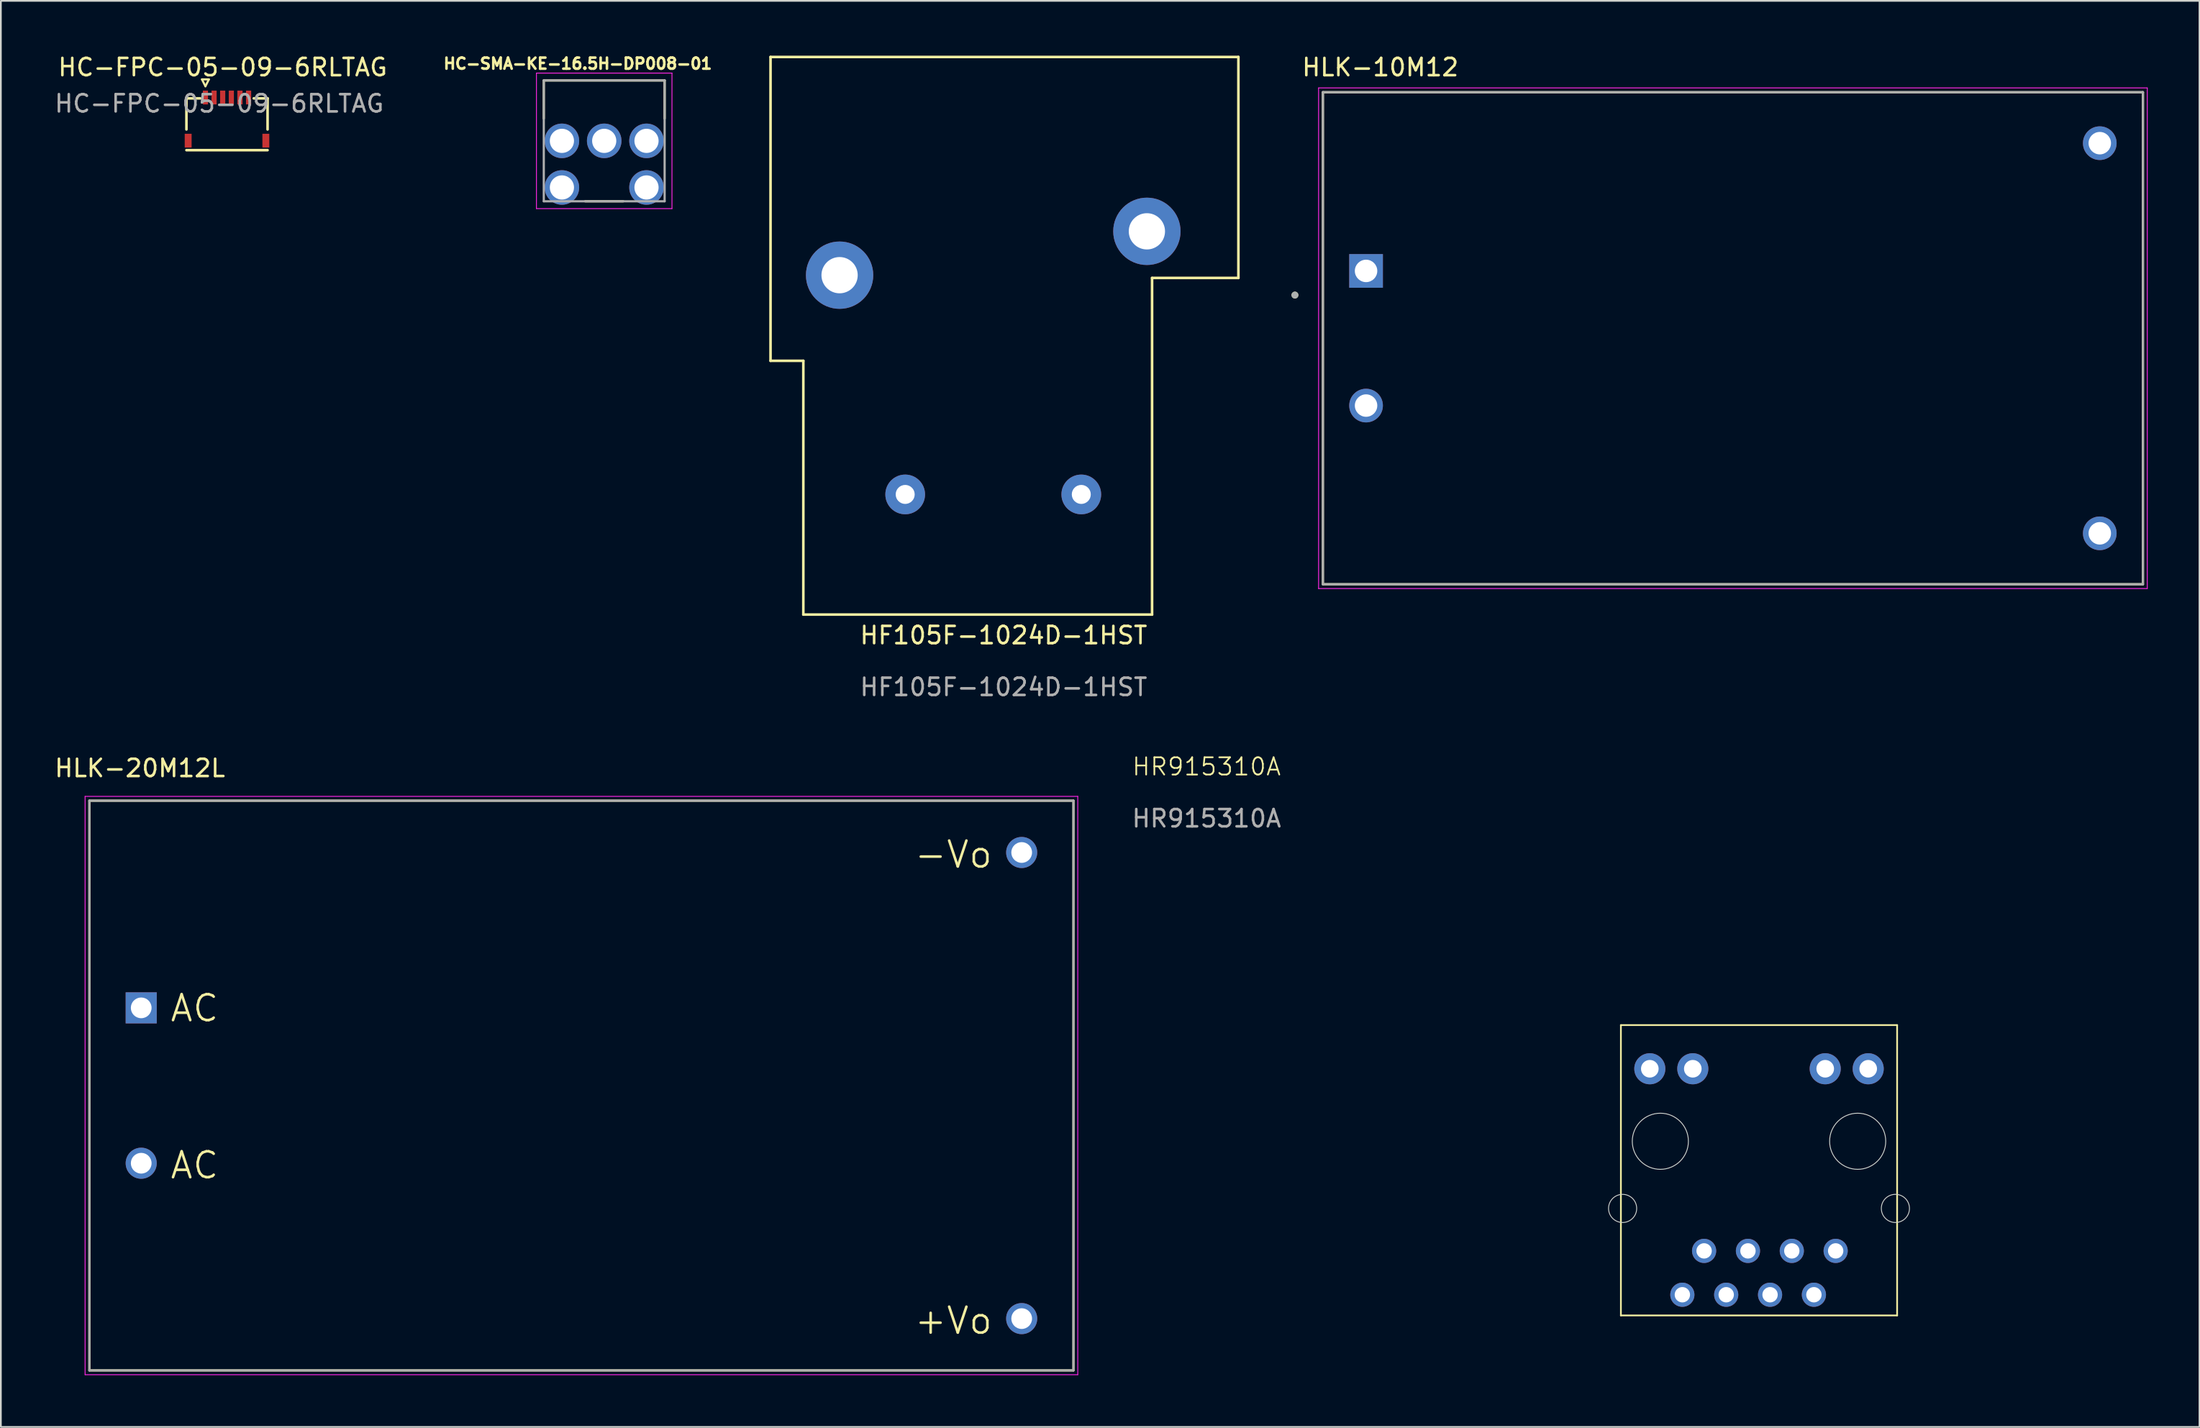
<source format=kicad_pcb>
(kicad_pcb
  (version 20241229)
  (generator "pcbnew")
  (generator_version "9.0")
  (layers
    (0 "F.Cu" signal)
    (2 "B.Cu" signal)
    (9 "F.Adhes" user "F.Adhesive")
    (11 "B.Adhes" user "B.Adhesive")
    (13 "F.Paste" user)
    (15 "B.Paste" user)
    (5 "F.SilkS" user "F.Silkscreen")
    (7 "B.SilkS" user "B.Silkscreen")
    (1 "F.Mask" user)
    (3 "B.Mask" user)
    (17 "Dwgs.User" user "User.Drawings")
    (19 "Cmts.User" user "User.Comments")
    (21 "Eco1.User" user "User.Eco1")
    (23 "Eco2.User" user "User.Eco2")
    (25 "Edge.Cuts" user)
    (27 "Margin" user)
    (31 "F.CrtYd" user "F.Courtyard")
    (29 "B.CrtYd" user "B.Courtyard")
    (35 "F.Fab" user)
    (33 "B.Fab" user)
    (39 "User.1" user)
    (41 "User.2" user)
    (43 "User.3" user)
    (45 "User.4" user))
  (footprint "HR915310A"
    (layer "F.Cu")
    (at 98.838 58.859)
    (property "Reference" "HR915310A" (at -32 -17.5 0) (unlocked yes) (layer "F.SilkS") (effects (font (size 1 1) (thickness 0.1))))
    (attr through_hole)
    (fp_line (start -8 -2.53) (end -8 14.29) (stroke (width 0.1) (type default)) (layer "F.SilkS"))
    (fp_line (start -8 14.29) (end 8 14.29) (stroke (width 0.1) (type default)) (layer "F.SilkS"))
    (fp_line (start 8 -2.53) (end -8 -2.53) (stroke (width 0.1) (type default)) (layer "F.SilkS"))
    (fp_line (start 8 14.29) (end 8 -2.53) (stroke (width 0.1) (type default)) (layer "F.SilkS"))
    (fp_circle (center -7.9 8.09) (end -7.085 8.09) (stroke (width 0.05) (type default)) (fill no) (layer "Edge.Cuts"))
    (fp_circle (center -5.715 4.2) (end -4.09 4.2) (stroke (width 0.05) (type default)) (fill no) (layer "Edge.Cuts"))
    (fp_circle (center 5.715 4.2) (end 7.34 4.2) (stroke (width 0.05) (type default)) (fill no) (layer "Edge.Cuts"))
    (fp_circle (center 7.9 8.09) (end 8.715 8.09) (stroke (width 0.05) (type default)) (fill no) (layer "Edge.Cuts"))
    (fp_text user "${REFERENCE}" (at -32 -14.5 0) (unlocked yes) (layer "F.Fab") (effects (font (size 1 1) (thickness 0.15))))
    (pad "1" thru_hole circle (at 4.44 10.55) (size 1.4 1.4) (drill 0.89) (layers "*.Cu" "*.Mask"))
    (pad "2" thru_hole circle (at 3.18 13.09) (size 1.4 1.4) (drill 0.89) (layers "*.Cu" "*.Mask"))
    (pad "3" thru_hole circle (at 1.9 10.55) (size 1.4 1.4) (drill 0.89) (layers "*.Cu" "*.Mask"))
    (pad "4" thru_hole circle (at 0.64 13.09) (size 1.4 1.4) (drill 0.89) (layers "*.Cu" "*.Mask"))
    (pad "5" thru_hole circle (at -0.64 10.55) (size 1.4 1.4) (drill 0.89) (layers "*.Cu" "*.Mask"))
    (pad "6" thru_hole circle (at -1.9 13.09) (size 1.4 1.4) (drill 0.89) (layers "*.Cu" "*.Mask"))
    (pad "7" thru_hole circle (at -3.18 10.55) (size 1.4 1.4) (drill 0.89) (layers "*.Cu" "*.Mask"))
    (pad "8" thru_hole circle (at -4.44 13.09) (size 1.4 1.4) (drill 0.89) (layers "*.Cu" "*.Mask"))
    (pad "9" thru_hole circle (at 6.325 0) (size 1.8 1.8) (drill 1.02) (layers "*.Cu" "*.Mask"))
    (pad "10" thru_hole circle (at 3.835 0) (size 1.8 1.8) (drill 1.02) (layers "*.Cu" "*.Mask"))
    (pad "11" thru_hole circle (at -3.835 0) (size 1.8 1.8) (drill 1.02) (layers "*.Cu" "*.Mask"))
    (pad "12" thru_hole circle (at -6.325 0) (size 1.8 1.8) (drill 1.02) (layers "*.Cu" "*.Mask")))
  (footprint "HLK-20M12L"
    (layer "F.Cu")
    (at 30.629 59.831)
    (property "Reference" "HLK-20M12L" (at -25.575 -18.385 0) (layer "F.SilkS") (effects (font (size 1 1) (thickness 0.15))))
    (attr through_hole)
    (fp_line (start -28.5 -16.5) (end 28.5 -16.5) (stroke (width 0.127) (type solid)) (layer "F.SilkS"))
    (fp_line (start -28.5 16.5) (end -28.5 -16.5) (stroke (width 0.127) (type solid)) (layer "F.SilkS"))
    (fp_line (start 28.5 -16.5) (end 28.5 16.5) (stroke (width 0.127) (type solid)) (layer "F.SilkS"))
    (fp_line (start 28.5 16.5) (end -28.5 16.5) (stroke (width 0.127) (type solid)) (layer "F.SilkS"))
    (fp_line (start -28.75 -16.75) (end -28.75 16.75) (stroke (width 0.05) (type solid)) (layer "F.CrtYd"))
    (fp_line (start -28.75 16.75) (end 28.75 16.75) (stroke (width 0.05) (type solid)) (layer "F.CrtYd"))
    (fp_line (start 28.75 -16.75) (end -28.75 -16.75) (stroke (width 0.05) (type solid)) (layer "F.CrtYd"))
    (fp_line (start 28.75 16.75) (end 28.75 -16.75) (stroke (width 0.05) (type solid)) (layer "F.CrtYd"))
    (fp_line (start -28.5 -16.5) (end 28.5 -16.5) (stroke (width 0.127) (type solid)) (layer "F.Fab"))
    (fp_line (start -28.5 16.5) (end -28.5 -16.5) (stroke (width 0.127) (type solid)) (layer "F.Fab"))
    (fp_line (start 28.5 -16.5) (end 28.5 16.5) (stroke (width 0.127) (type solid)) (layer "F.Fab"))
    (fp_line (start 28.5 16.5) (end -28.5 16.5) (stroke (width 0.127) (type solid)) (layer "F.Fab"))
    (fp_text user "-Vo" (at 19.2 -12.5 0) (unlocked yes) (layer "F.SilkS") (effects (font (size 1.5 1.5) (thickness 0.15)) (justify left bottom)))
    (fp_text user "+Vo" (at 19.2 14.5 0) (unlocked yes) (layer "F.SilkS") (effects (font (size 1.5 1.5) (thickness 0.15)) (justify left bottom)))
    (fp_text user "AC" (at -23.9 5.5 0) (unlocked yes) (layer "F.SilkS") (effects (font (size 1.5 1.5) (thickness 0.15)) (justify left bottom)))
    (fp_text user "AC" (at -23.9 -3.6 0) (unlocked yes) (layer "F.SilkS") (effects (font (size 1.5 1.5) (thickness 0.15)) (justify left bottom)))
    (pad "1" thru_hole rect (at -25.5 -4.5) (size 1.8 1.8) (drill 1.2) (layers "*.Cu" "*.Mask"))
    (pad "2" thru_hole circle (at -25.5 4.5) (size 1.8 1.8) (drill 1.2) (layers "*.Cu" "*.Mask"))
    (pad "3" thru_hole circle (at 25.5 -13.5) (size 1.8 1.8) (drill 1.2) (layers "*.Cu" "*.Mask"))
    (pad "4" thru_hole circle (at 25.5 13.5) (size 1.8 1.8) (drill 1.2) (layers "*.Cu" "*.Mask")))
  (footprint "HLK-10M12"
    (layer "F.Cu")
    (at 97.327 16.543)
    (property "Reference" "HLK-10M12" (at -20.425 -15.695 0) (layer "F.SilkS") (effects (font (size 1 1) (thickness 0.15))))
    (attr through_hole)
    (fp_line (start -23.75 -14.25) (end 23.75 -14.25) (stroke (width 0.127) (type solid)) (layer "F.SilkS"))
    (fp_line (start -23.75 14.25) (end -23.75 -14.25) (stroke (width 0.127) (type solid)) (layer "F.SilkS"))
    (fp_line (start 23.75 -14.25) (end 23.75 14.25) (stroke (width 0.127) (type solid)) (layer "F.SilkS"))
    (fp_line (start 23.75 14.25) (end -23.75 14.25) (stroke (width 0.127) (type solid)) (layer "F.SilkS"))
    (fp_circle (center -25.37 -2.5) (end -25.27 -2.5) (stroke (width 0.2) (type solid)) (fill no) (layer "F.SilkS"))
    (fp_line (start -24 -14.5) (end -24 14.5) (stroke (width 0.05) (type solid)) (layer "F.CrtYd"))
    (fp_line (start -24 14.5) (end 24 14.5) (stroke (width 0.05) (type solid)) (layer "F.CrtYd"))
    (fp_line (start 24 -14.5) (end -24 -14.5) (stroke (width 0.05) (type solid)) (layer "F.CrtYd"))
    (fp_line (start 24 14.5) (end 24 -14.5) (stroke (width 0.05) (type solid)) (layer "F.CrtYd"))
    (fp_line (start -23.75 -14.25) (end 23.75 -14.25) (stroke (width 0.127) (type solid)) (layer "F.Fab"))
    (fp_line (start -23.75 14.25) (end -23.75 -14.25) (stroke (width 0.127) (type solid)) (layer "F.Fab"))
    (fp_line (start 23.75 -14.25) (end 23.75 14.25) (stroke (width 0.127) (type solid)) (layer "F.Fab"))
    (fp_line (start 23.75 14.25) (end -23.75 14.25) (stroke (width 0.127) (type solid)) (layer "F.Fab"))
    (fp_circle (center -25.37 -2.5) (end -25.27 -2.5) (stroke (width 0.2) (type solid)) (fill no) (layer "F.Fab"))
    (pad "1" thru_hole rect (at -21.25 -3.9) (size 1.95 1.95) (drill 1.3) (layers "*.Cu" "*.Mask"))
    (pad "2" thru_hole circle (at -21.25 3.9) (size 1.95 1.95) (drill 1.3) (layers "*.Cu" "*.Mask"))
    (pad "3" thru_hole circle (at 21.25 -11.3) (size 1.95 1.95) (drill 1.3) (layers "*.Cu" "*.Mask"))
    (pad "4" thru_hole circle (at 21.25 11.3) (size 1.95 1.95) (drill 1.3) (layers "*.Cu" "*.Mask")))
  (footprint "HF105F-1024D-1HST"
    (layer "F.Cu")
    (at 41.582 0.25)
    (property "Reference" "HF105F-1024D-1HST" (at 13.5 33.5 0) (unlocked yes) (layer "F.SilkS") (effects (font (size 1 1) (thickness 0.15))))
    (attr through_hole)
    (fp_line (start 0 0) (end 0 17.6) (stroke (width 0.15) (type default)) (layer "F.SilkS"))
    (fp_line (start 0 17.6) (end 1.9 17.6) (stroke (width 0.15) (type default)) (layer "F.SilkS"))
    (fp_line (start 1.9 17.6) (end 1.9 32.3) (stroke (width 0.15) (type default)) (layer "F.SilkS"))
    (fp_line (start 1.9 32.3) (end 22.1 32.3) (stroke (width 0.15) (type default)) (layer "F.SilkS"))
    (fp_line (start 22.1 32.3) (end 22.1 12.8) (stroke (width 0.15) (type default)) (layer "F.SilkS"))
    (fp_line (start 27.1 0) (end 0 0) (stroke (width 0.15) (type default)) (layer "F.SilkS"))
    (fp_line (start 27.1 12.8) (end 22.1 12.8) (stroke (width 0.15) (type default)) (layer "F.SilkS"))
    (fp_line (start 27.1 12.8) (end 27.1 0) (stroke (width 0.15) (type default)) (layer "F.SilkS"))
    (fp_text user "${REFERENCE}" (at 13.5 36.5 0) (unlocked yes) (layer "F.Fab") (effects (font (size 1 1) (thickness 0.15))))
    (pad "1" thru_hole circle (at 7.8 25.34) (size 2.3 2.3) (drill oval 1.1) (layers "*.Cu" "*.Mask"))
    (pad "2" thru_hole circle (at 18 25.34) (size 2.3 2.3) (drill oval 1.1) (layers "*.Cu" "*.Mask"))
    (pad "3" thru_hole circle (at 4 12.64) (size 3.9 3.9) (drill oval 2.1) (layers "*.Cu" "*.Mask"))
    (pad "4" thru_hole circle (at 21.8 10.1) (size 3.9 3.9) (drill oval 2.1) (layers "*.Cu" "*.Mask")))
  (footprint "HC-SMA-KE-16.5H-DP008-01"
    (layer "F.Cu")
    (at 31.948 5.109)
    (property "Reference" "HC-SMA-KE-16.5H-DP008-01" (at -1.533 -4.471 0) (layer "F.SilkS") (effects (font (size 0.64 0.64) (thickness 0.15))))
    (attr through_hole)
    (fp_line (start -3.5 -3.5) (end -3.5 -1.29) (stroke (width 0.127) (type solid)) (layer "F.SilkS"))
    (fp_line (start 1.105 3.5) (end -1.105 3.5) (stroke (width 0.127) (type solid)) (layer "F.SilkS"))
    (fp_line (start 3.5 -3.5) (end -3.5 -3.5) (stroke (width 0.127) (type solid)) (layer "F.SilkS"))
    (fp_line (start 3.5 -3.5) (end 3.5 -1.29) (stroke (width 0.127) (type solid)) (layer "F.SilkS"))
    (fp_line (start -3.925 -3.925) (end -3.925 3.925) (stroke (width 0.05) (type solid)) (layer "F.CrtYd"))
    (fp_line (start -3.925 3.925) (end 3.925 3.925) (stroke (width 0.05) (type solid)) (layer "F.CrtYd"))
    (fp_line (start 3.925 -3.925) (end -3.925 -3.925) (stroke (width 0.05) (type solid)) (layer "F.CrtYd"))
    (fp_line (start 3.925 3.925) (end 3.925 -3.925) (stroke (width 0.05) (type solid)) (layer "F.CrtYd"))
    (fp_line (start -3.5 -3.5) (end -3.5 3.5) (stroke (width 0.127) (type solid)) (layer "F.Fab"))
    (fp_line (start -3.5 3.5) (end 3.5 3.5) (stroke (width 0.127) (type solid)) (layer "F.Fab"))
    (fp_line (start 3.5 -3.5) (end -3.5 -3.5) (stroke (width 0.127) (type solid)) (layer "F.Fab"))
    (fp_line (start 3.5 3.5) (end 3.5 -3.5) (stroke (width 0.127) (type solid)) (layer "F.Fab"))
    (pad "1" thru_hole circle (at 0 0) (size 2 2) (drill 1.4) (layers "*.Cu" "*.Mask"))
    (pad "S1" thru_hole circle (at -2.45 0) (size 2 2) (drill 1.4) (layers "*.Cu" "*.Mask"))
    (pad "S2" thru_hole circle (at -2.45 2.7) (size 2 2) (drill 1.4) (layers "*.Cu" "*.Mask"))
    (pad "S3" thru_hole circle (at 2.45 2.7) (size 2 2) (drill 1.4) (layers "*.Cu" "*.Mask"))
    (pad "S4" thru_hole circle (at 2.45 0) (size 2 2) (drill 1.4) (layers "*.Cu" "*.Mask")))
  (footprint "HC-FPC-05-09-6RLTAG"
    (layer "F.Cu")
    (at 9.849 3.948)
    (property "Reference" "HC-FPC-05-09-6RLTAG" (at 0 -3.1 0) (layer "F.SilkS") (effects (font (size 1 1) (thickness 0.15))))
    (attr smd)
    (fp_line (start -2.1 -1.3) (end -2.1 0.5) (stroke (width 0.15) (type default)) (layer "F.SilkS"))
    (fp_line (start -2.1 1.7) (end 2.6 1.7) (stroke (width 0.15) (type solid)) (layer "F.SilkS"))
    (fp_line (start -1.3 -1.3) (end -2.1 -1.3) (stroke (width 0.15) (type default)) (layer "F.SilkS"))
    (fp_line (start -1.2 -2.4) (end -1 -2) (stroke (width 0.12) (type solid)) (layer "F.SilkS"))
    (fp_line (start -1 -2) (end -0.8 -2.4) (stroke (width 0.12) (type solid)) (layer "F.SilkS"))
    (fp_line (start -0.8 -2.4) (end -1.2 -2.4) (stroke (width 0.12) (type solid)) (layer "F.SilkS"))
    (fp_line (start 1.8 -1.3) (end 2.6 -1.3) (stroke (width 0.15) (type solid)) (layer "F.SilkS"))
    (fp_line (start 2.6 -1.3) (end 2.6 0.5) (stroke (width 0.15) (type solid)) (layer "F.SilkS"))
    (fp_text user "${REFERENCE}" (at -0.2 -1 0) (layer "F.Fab") (effects (font (size 1 1) (thickness 0.15))))
    (pad "1" smd rect (at -1 -1.35) (size 0.3 0.8) (layers "F.Cu" "F.Mask" "F.Paste"))
    (pad "2" smd rect (at -0.5 -1.35) (size 0.3 0.8) (layers "F.Cu" "F.Mask" "F.Paste"))
    (pad "3" smd rect (at 0 -1.35) (size 0.3 0.8) (layers "F.Cu" "F.Mask" "F.Paste"))
    (pad "4" smd rect (at 0.5 -1.35) (size 0.3 0.8) (layers "F.Cu" "F.Mask" "F.Paste"))
    (pad "5" smd rect (at 1 -1.35) (size 0.3 0.8) (layers "F.Cu" "F.Mask" "F.Paste"))
    (pad "6" smd rect (at 1.5 -1.35) (size 0.3 0.8) (layers "F.Cu" "F.Mask" "F.Paste"))
    (pad "MP" smd rect (at -2 1.15) (size 0.4 0.8) (layers "F.Cu" "F.Mask" "F.Paste"))
    (pad "MP" smd rect (at 2.5 1.15) (size 0.4 0.8) (layers "F.Cu" "F.Mask" "F.Paste")))
  (gr_rect
    (start -3 -3)
    (end 124.352 79.606)
    (stroke (width 0.1) (type default))
    (fill no)
    (layer "Edge.Cuts")))
</source>
